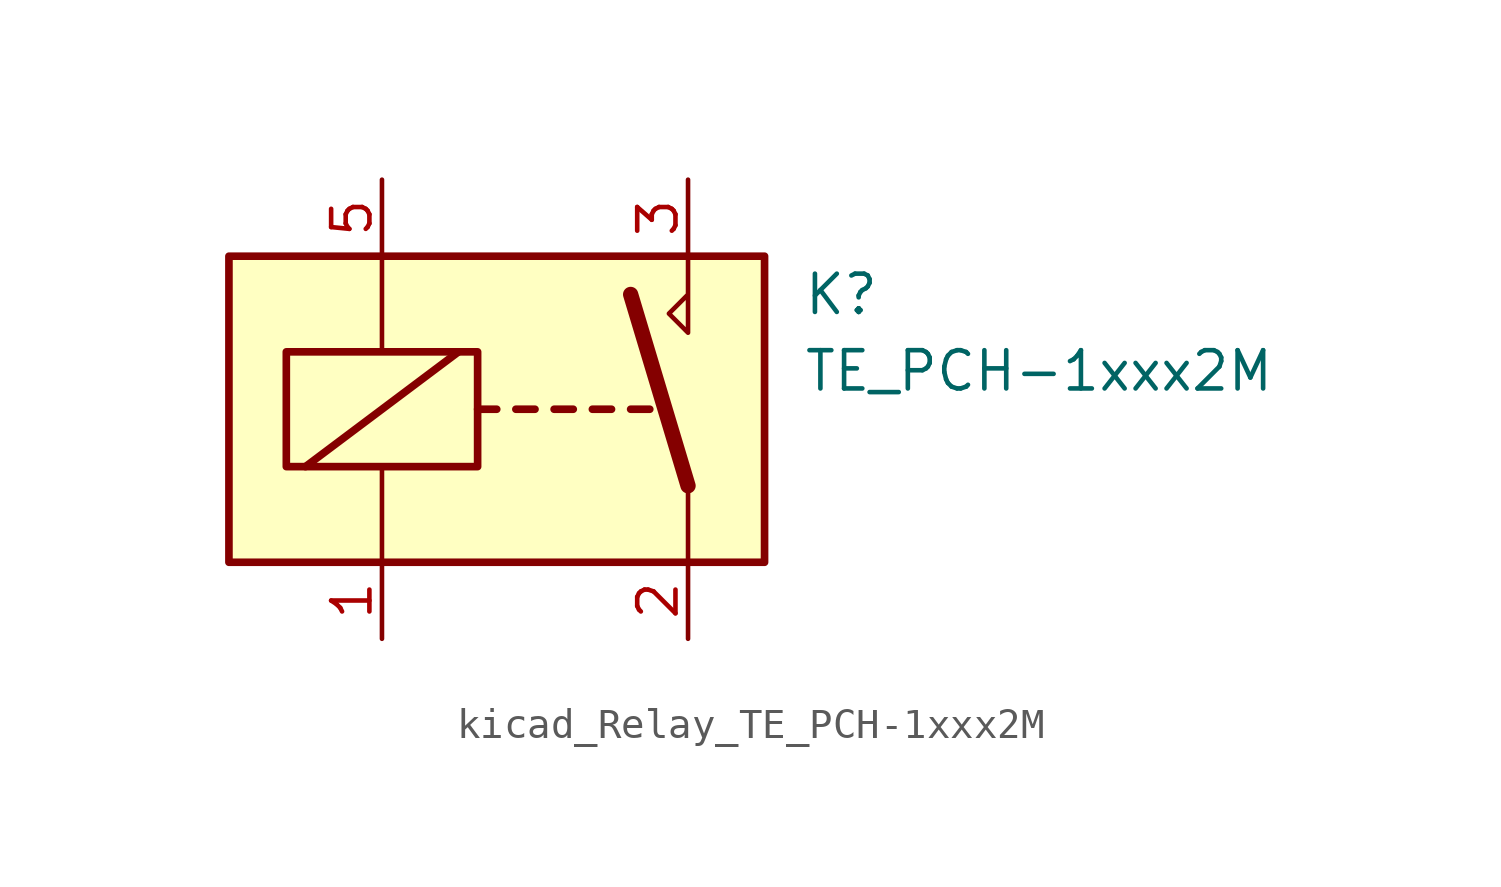
<source format=kicad_sym>
(kicad_symbol_lib
  (version 20220914)
  (generator kicad_symbol_editor)
  (symbol "kicad_Relay_TE_PCH-1xxx2M"
    (property "Reference" "K"
      (at 8.89 3.81 0)
      (effects (font (size 1.27 1.27)) (justify left)))
    (property "Value" "TE_PCH-1xxx2M"
      (at 8.89 1.27 0)
      (effects (font (size 1.27 1.27)) (justify left)))
    (symbol "kicad_Relay_TE_PCH-1xxx2M_0_0"
      (polyline (pts (xy 5.08 5.08) (xy 5.08 2.54) (xy 4.445 3.175) (xy 5.08 3.81)) (stroke (width 0) (type default)) (fill (type none))))
    (symbol "kicad_Relay_TE_PCH-1xxx2M_0_1"
      (rectangle (start -10.16 5.08) (end 7.62 -5.08) (stroke (width 0.254) (type default)) (fill (type background)))
      (rectangle (start -8.255 1.905) (end -1.905 -1.905) (stroke (width 0.254) (type default)) (fill (type none)))
      (polyline (pts (xy -7.62 -1.905) (xy -2.54 1.905)) (stroke (width 0.254) (type default)) (fill (type none)))
      (polyline (pts (xy -5.08 -5.08) (xy -5.08 -1.905)) (stroke (width 0) (type default)) (fill (type none)))
      (polyline (pts (xy -5.08 5.08) (xy -5.08 1.905)) (stroke (width 0) (type default)) (fill (type none)))
      (polyline (pts (xy -1.905 0) (xy -1.27 0)) (stroke (width 0.254) (type default)) (fill (type none)))
      (polyline (pts (xy -0.635 0) (xy 0 0)) (stroke (width 0.254) (type default)) (fill (type none)))
      (polyline (pts (xy 0.635 0) (xy 1.27 0)) (stroke (width 0.254) (type default)) (fill (type none)))
      (polyline (pts (xy 1.905 0) (xy 2.54 0)) (stroke (width 0.254) (type default)) (fill (type none)))
      (polyline (pts (xy 3.175 0) (xy 3.81 0)) (stroke (width 0.254) (type default)) (fill (type none)))
      (polyline (pts (xy 5.08 -2.54) (xy 3.175 3.81)) (stroke (width 0.508) (type default)) (fill (type none)))
      (polyline (pts (xy 5.08 -2.54) (xy 5.08 -5.08)) (stroke (width 0) (type default)) (fill (type none))))
    (symbol "kicad_Relay_TE_PCH-1xxx2M_1_1"
      (pin passive line (at -5.08 -7.62 90) (length 2.54) (name "~" (effects (font (size 1.27 1.27)))) (number "1" (effects (font (size 1.27 1.27)))))
      (pin passive line (at 5.08 -7.62 90) (length 2.54) (name "~" (effects (font (size 1.27 1.27)))) (number "2" (effects (font (size 1.27 1.27)))))
      (pin passive line (at 5.08 7.62 270) (length 2.54) (name "~" (effects (font (size 1.27 1.27)))) (number "3" (effects (font (size 1.27 1.27)))))
      (pin passive line (at -5.08 7.62 270) (length 2.54) (name "~" (effects (font (size 1.27 1.27)))) (number "5" (effects (font (size 1.27 1.27))))))))
</source>
